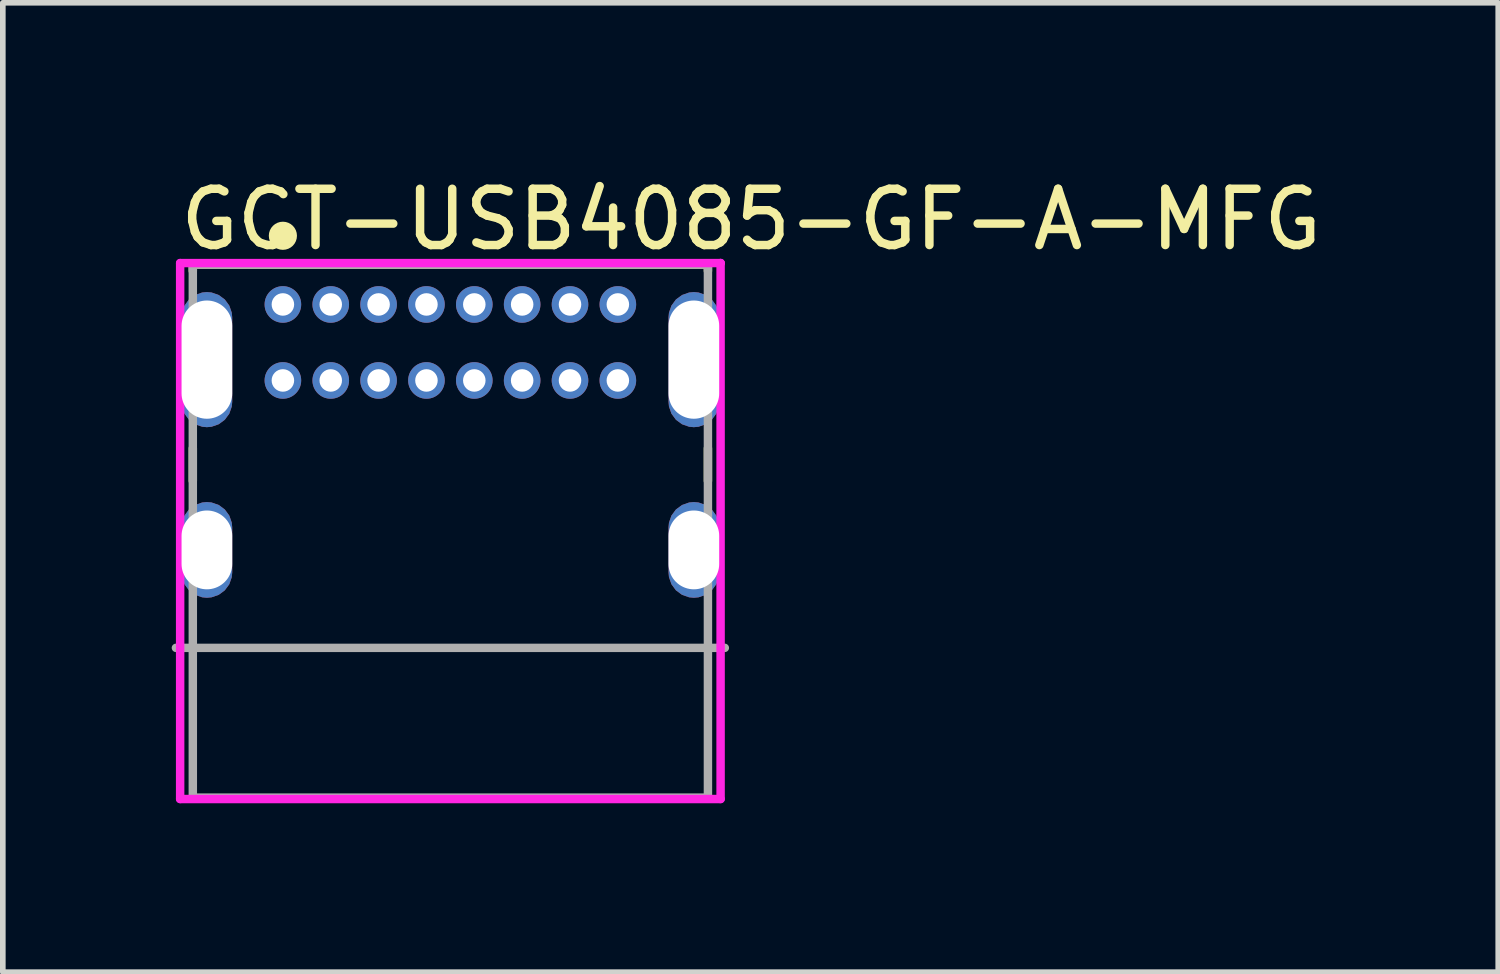
<source format=kicad_pcb>
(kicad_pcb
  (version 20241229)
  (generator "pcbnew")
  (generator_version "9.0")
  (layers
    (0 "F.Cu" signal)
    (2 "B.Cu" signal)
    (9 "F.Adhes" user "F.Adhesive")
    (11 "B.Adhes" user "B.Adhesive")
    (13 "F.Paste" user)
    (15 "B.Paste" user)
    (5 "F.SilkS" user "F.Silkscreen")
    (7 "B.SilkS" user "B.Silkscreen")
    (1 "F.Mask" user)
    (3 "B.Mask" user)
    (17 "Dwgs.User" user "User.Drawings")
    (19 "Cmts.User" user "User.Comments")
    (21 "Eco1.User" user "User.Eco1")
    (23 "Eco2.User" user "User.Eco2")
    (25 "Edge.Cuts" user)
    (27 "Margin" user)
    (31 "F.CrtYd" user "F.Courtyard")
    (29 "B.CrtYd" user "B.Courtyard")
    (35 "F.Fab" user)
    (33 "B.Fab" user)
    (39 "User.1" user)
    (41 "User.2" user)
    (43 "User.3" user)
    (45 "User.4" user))
  (footprint "GCT-USB4085-GF-A-MFG"
    (layer "F.Cu")
    (at 4.95 6.383)
    (property "Reference" "GCT-USB4085-GF-A-MFG" (at -4.875 -5.535 0) (layer "F.SilkS") (effects (font (size 1 1) (thickness 0.15)) (justify left)))
    (attr through_hole)
    (fp_line (start -4.575 -4.735) (end 4.575 -4.735) (stroke (width 0.15) (type solid)) (layer "F.SilkS"))
    (fp_line (start -4.575 -4.62) (end -4.575 -4.735) (stroke (width 0.15) (type solid)) (layer "F.SilkS"))
    (fp_line (start -4.575 -0.89) (end -4.575 -1.47) (stroke (width 0.15) (type solid)) (layer "F.SilkS"))
    (fp_line (start 4.575 -4.62) (end 4.575 -4.735) (stroke (width 0.15) (type solid)) (layer "F.SilkS"))
    (fp_line (start 4.575 -0.89) (end 4.575 -1.47) (stroke (width 0.15) (type solid)) (layer "F.SilkS"))
    (fp_circle (center -2.975 -5.245) (end -2.85 -5.245) (stroke (width 0.25) (type solid)) (fill no) (layer "F.SilkS"))
    (fp_line (start -4.8 -4.76) (end -4.8 4.76) (stroke (width 0.15) (type solid)) (layer "F.CrtYd"))
    (fp_line (start -4.8 4.76) (end 4.8 4.76) (stroke (width 0.15) (type solid)) (layer "F.CrtYd"))
    (fp_line (start 4.8 -4.76) (end -4.8 -4.76) (stroke (width 0.15) (type solid)) (layer "F.CrtYd"))
    (fp_line (start 4.8 -4.76) (end 4.8 -4.76) (stroke (width 0.15) (type solid)) (layer "F.CrtYd"))
    (fp_line (start 4.8 4.76) (end 4.8 -4.76) (stroke (width 0.15) (type solid)) (layer "F.CrtYd"))
    (fp_line (start -4.875 2.075) (end 4.875 2.075) (stroke (width 0.15) (type solid)) (layer "F.Fab"))
    (fp_line (start -4.575 -4.735) (end 4.575 -4.735) (stroke (width 0.15) (type solid)) (layer "F.Fab"))
    (fp_line (start -4.575 4.735) (end -4.575 -4.735) (stroke (width 0.15) (type solid)) (layer "F.Fab"))
    (fp_line (start 4.575 -4.735) (end 4.575 4.735) (stroke (width 0.15) (type solid)) (layer "F.Fab"))
    (fp_line (start 4.575 4.735) (end -4.575 4.735) (stroke (width 0.15) (type solid)) (layer "F.Fab"))
    (pad "1" thru_hole roundrect (at -4.325 -3.045) (size 0.9 2.4) (drill oval 2.1) (layers "*.Cu") (roundrect_rratio 0.5))
    (pad "2" thru_hole roundrect (at 4.325 -3.045) (size 0.9 2.4) (drill oval 2.1) (layers "*.Cu") (roundrect_rratio 0.5))
    (pad "3" thru_hole roundrect (at -4.325 0.335) (size 0.9 1.7) (drill oval 1.4) (layers "*.Cu") (roundrect_rratio 0.5))
    (pad "4" thru_hole roundrect (at 4.325 0.335) (size 0.9 1.7) (drill oval 1.4) (layers "*.Cu") (roundrect_rratio 0.5))
    (pad "A1" thru_hole circle (at -2.975 -4.025) (size 0.65 0.65) (drill 0.4) (layers "*.Cu"))
    (pad "A4" thru_hole circle (at -2.125 -4.025) (size 0.65 0.65) (drill 0.4) (layers "*.Cu"))
    (pad "A5" thru_hole circle (at -1.275 -4.025) (size 0.65 0.65) (drill 0.4) (layers "*.Cu"))
    (pad "A6" thru_hole circle (at -0.425 -4.025) (size 0.65 0.65) (drill 0.4) (layers "*.Cu"))
    (pad "A7" thru_hole circle (at 0.425 -4.025) (size 0.65 0.65) (drill 0.4) (layers "*.Cu"))
    (pad "A8" thru_hole circle (at 1.275 -4.025) (size 0.65 0.65) (drill 0.4) (layers "*.Cu"))
    (pad "A9" thru_hole circle (at 2.125 -4.025) (size 0.65 0.65) (drill 0.4) (layers "*.Cu"))
    (pad "A12" thru_hole circle (at 2.975 -4.025) (size 0.65 0.65) (drill 0.4) (layers "*.Cu"))
    (pad "B1" thru_hole circle (at 2.975 -2.675) (size 0.65 0.65) (drill 0.4) (layers "*.Cu"))
    (pad "B4" thru_hole circle (at 2.125 -2.675) (size 0.65 0.65) (drill 0.4) (layers "*.Cu"))
    (pad "B5" thru_hole circle (at 1.275 -2.675) (size 0.65 0.65) (drill 0.4) (layers "*.Cu"))
    (pad "B6" thru_hole circle (at 0.425 -2.675) (size 0.65 0.65) (drill 0.4) (layers "*.Cu"))
    (pad "B7" thru_hole circle (at -0.425 -2.675) (size 0.65 0.65) (drill 0.4) (layers "*.Cu"))
    (pad "B8" thru_hole circle (at -1.275 -2.675) (size 0.65 0.65) (drill 0.4) (layers "*.Cu"))
    (pad "B9" thru_hole circle (at -2.125 -2.675) (size 0.65 0.65) (drill 0.4) (layers "*.Cu"))
    (pad "B12" thru_hole circle (at -2.975 -2.675) (size 0.65 0.65) (drill 0.4) (layers "*.Cu")))
  (gr_rect
    (start -3 -3)
    (end 23.563 14.218)
    (stroke (width 0.1) (type default))
    (fill no)
    (layer "Edge.Cuts")))
</source>
